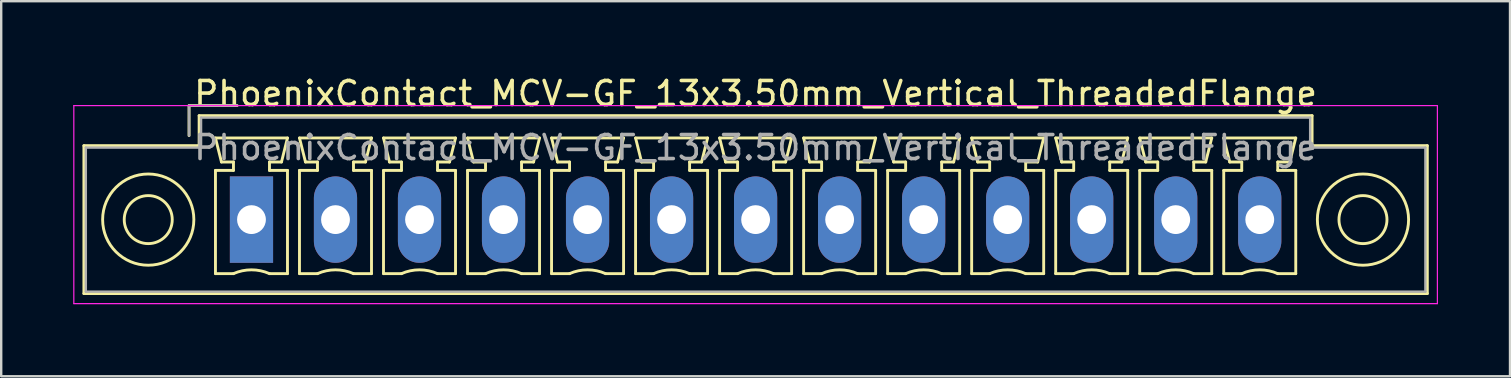
<source format=kicad_pcb>
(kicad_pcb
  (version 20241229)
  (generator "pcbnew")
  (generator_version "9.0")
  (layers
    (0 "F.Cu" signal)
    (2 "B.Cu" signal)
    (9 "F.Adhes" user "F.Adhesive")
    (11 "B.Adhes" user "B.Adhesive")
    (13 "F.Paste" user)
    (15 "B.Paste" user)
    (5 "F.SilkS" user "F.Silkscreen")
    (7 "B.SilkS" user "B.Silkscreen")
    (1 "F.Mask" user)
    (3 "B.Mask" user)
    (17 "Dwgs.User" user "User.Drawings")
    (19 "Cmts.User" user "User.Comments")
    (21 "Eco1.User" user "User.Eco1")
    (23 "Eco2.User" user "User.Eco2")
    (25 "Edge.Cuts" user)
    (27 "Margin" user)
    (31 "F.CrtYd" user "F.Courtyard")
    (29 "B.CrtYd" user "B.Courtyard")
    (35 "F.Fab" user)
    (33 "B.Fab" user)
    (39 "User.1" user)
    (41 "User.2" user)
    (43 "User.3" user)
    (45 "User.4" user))
  (footprint "PhoenixContact_MCV-GF_13x3.50mm_Vertical_ThreadedFlange"
    (layer "F.Cu")
    (at 7.425 6.098)
    (property "Reference" "PhoenixContact_MCV-GF_13x3.50mm_Vertical_ThreadedFlange" (at 21 -5.25 0) (layer "F.SilkS") (effects (font (size 1 1) (thickness 0.15))))
    (attr through_hole)
    (fp_line (start -6.98 -3.08) (end -6.98 3.08) (stroke (width 0.12) (type solid)) (layer "F.SilkS"))
    (fp_line (start -6.98 3.08) (end 48.98 3.08) (stroke (width 0.12) (type solid)) (layer "F.SilkS"))
    (fp_line (start -2.6 -4.75) (end -0.6 -4.75) (stroke (width 0.12) (type solid)) (layer "F.SilkS"))
    (fp_line (start -2.6 -3.5) (end -2.6 -4.75) (stroke (width 0.12) (type solid)) (layer "F.SilkS"))
    (fp_line (start -2.18 -4.33) (end -2.18 -3.08) (stroke (width 0.12) (type solid)) (layer "F.SilkS"))
    (fp_line (start -2.18 -3.08) (end -6.98 -3.08) (stroke (width 0.12) (type solid)) (layer "F.SilkS"))
    (fp_line (start -1.5 -3.4) (end 1.5 -3.4) (stroke (width 0.12) (type solid)) (layer "F.SilkS"))
    (fp_line (start -1.5 -2.05) (end -0.75 -2.05) (stroke (width 0.12) (type solid)) (layer "F.SilkS"))
    (fp_line (start -1.5 2.25) (end -1.5 -2.05) (stroke (width 0.12) (type solid)) (layer "F.SilkS"))
    (fp_line (start -1.25 -2.4) (end -1.5 -3.4) (stroke (width 0.12) (type solid)) (layer "F.SilkS"))
    (fp_line (start -0.75 -2.4) (end -1.25 -2.4) (stroke (width 0.12) (type solid)) (layer "F.SilkS"))
    (fp_line (start -0.75 -2.05) (end -0.75 -2.4) (stroke (width 0.12) (type solid)) (layer "F.SilkS"))
    (fp_line (start -0.75 2.25) (end -1.5 2.25) (stroke (width 0.12) (type solid)) (layer "F.SilkS"))
    (fp_line (start 0.75 -2.4) (end 0.75 -2.05) (stroke (width 0.12) (type solid)) (layer "F.SilkS"))
    (fp_line (start 0.75 -2.05) (end 1.5 -2.05) (stroke (width 0.12) (type solid)) (layer "F.SilkS"))
    (fp_line (start 1.25 -2.4) (end 0.75 -2.4) (stroke (width 0.12) (type solid)) (layer "F.SilkS"))
    (fp_line (start 1.5 -3.4) (end 1.25 -2.4) (stroke (width 0.12) (type solid)) (layer "F.SilkS"))
    (fp_line (start 1.5 -2.05) (end 1.5 2.25) (stroke (width 0.12) (type solid)) (layer "F.SilkS"))
    (fp_line (start 1.5 2.25) (end 0.75 2.25) (stroke (width 0.12) (type solid)) (layer "F.SilkS"))
    (fp_line (start 2 -3.4) (end 5 -3.4) (stroke (width 0.12) (type solid)) (layer "F.SilkS"))
    (fp_line (start 2 -2.05) (end 2.75 -2.05) (stroke (width 0.12) (type solid)) (layer "F.SilkS"))
    (fp_line (start 2 2.25) (end 2 -2.05) (stroke (width 0.12) (type solid)) (layer "F.SilkS"))
    (fp_line (start 2.25 -2.4) (end 2 -3.4) (stroke (width 0.12) (type solid)) (layer "F.SilkS"))
    (fp_line (start 2.75 -2.4) (end 2.25 -2.4) (stroke (width 0.12) (type solid)) (layer "F.SilkS"))
    (fp_line (start 2.75 -2.05) (end 2.75 -2.4) (stroke (width 0.12) (type solid)) (layer "F.SilkS"))
    (fp_line (start 2.75 2.25) (end 2 2.25) (stroke (width 0.12) (type solid)) (layer "F.SilkS"))
    (fp_line (start 4.25 -2.4) (end 4.25 -2.05) (stroke (width 0.12) (type solid)) (layer "F.SilkS"))
    (fp_line (start 4.25 -2.05) (end 5 -2.05) (stroke (width 0.12) (type solid)) (layer "F.SilkS"))
    (fp_line (start 4.75 -2.4) (end 4.25 -2.4) (stroke (width 0.12) (type solid)) (layer "F.SilkS"))
    (fp_line (start 5 -3.4) (end 4.75 -2.4) (stroke (width 0.12) (type solid)) (layer "F.SilkS"))
    (fp_line (start 5 -2.05) (end 5 2.25) (stroke (width 0.12) (type solid)) (layer "F.SilkS"))
    (fp_line (start 5 2.25) (end 4.25 2.25) (stroke (width 0.12) (type solid)) (layer "F.SilkS"))
    (fp_line (start 5.5 -3.4) (end 8.5 -3.4) (stroke (width 0.12) (type solid)) (layer "F.SilkS"))
    (fp_line (start 5.5 -2.05) (end 6.25 -2.05) (stroke (width 0.12) (type solid)) (layer "F.SilkS"))
    (fp_line (start 5.5 2.25) (end 5.5 -2.05) (stroke (width 0.12) (type solid)) (layer "F.SilkS"))
    (fp_line (start 5.75 -2.4) (end 5.5 -3.4) (stroke (width 0.12) (type solid)) (layer "F.SilkS"))
    (fp_line (start 6.25 -2.4) (end 5.75 -2.4) (stroke (width 0.12) (type solid)) (layer "F.SilkS"))
    (fp_line (start 6.25 -2.05) (end 6.25 -2.4) (stroke (width 0.12) (type solid)) (layer "F.SilkS"))
    (fp_line (start 6.25 2.25) (end 5.5 2.25) (stroke (width 0.12) (type solid)) (layer "F.SilkS"))
    (fp_line (start 7.75 -2.4) (end 7.75 -2.05) (stroke (width 0.12) (type solid)) (layer "F.SilkS"))
    (fp_line (start 7.75 -2.05) (end 8.5 -2.05) (stroke (width 0.12) (type solid)) (layer "F.SilkS"))
    (fp_line (start 8.25 -2.4) (end 7.75 -2.4) (stroke (width 0.12) (type solid)) (layer "F.SilkS"))
    (fp_line (start 8.5 -3.4) (end 8.25 -2.4) (stroke (width 0.12) (type solid)) (layer "F.SilkS"))
    (fp_line (start 8.5 -2.05) (end 8.5 2.25) (stroke (width 0.12) (type solid)) (layer "F.SilkS"))
    (fp_line (start 8.5 2.25) (end 7.75 2.25) (stroke (width 0.12) (type solid)) (layer "F.SilkS"))
    (fp_line (start 9 -3.4) (end 12 -3.4) (stroke (width 0.12) (type solid)) (layer "F.SilkS"))
    (fp_line (start 9 -2.05) (end 9.75 -2.05) (stroke (width 0.12) (type solid)) (layer "F.SilkS"))
    (fp_line (start 9 2.25) (end 9 -2.05) (stroke (width 0.12) (type solid)) (layer "F.SilkS"))
    (fp_line (start 9.25 -2.4) (end 9 -3.4) (stroke (width 0.12) (type solid)) (layer "F.SilkS"))
    (fp_line (start 9.75 -2.4) (end 9.25 -2.4) (stroke (width 0.12) (type solid)) (layer "F.SilkS"))
    (fp_line (start 9.75 -2.05) (end 9.75 -2.4) (stroke (width 0.12) (type solid)) (layer "F.SilkS"))
    (fp_line (start 9.75 2.25) (end 9 2.25) (stroke (width 0.12) (type solid)) (layer "F.SilkS"))
    (fp_line (start 11.25 -2.4) (end 11.25 -2.05) (stroke (width 0.12) (type solid)) (layer "F.SilkS"))
    (fp_line (start 11.25 -2.05) (end 12 -2.05) (stroke (width 0.12) (type solid)) (layer "F.SilkS"))
    (fp_line (start 11.75 -2.4) (end 11.25 -2.4) (stroke (width 0.12) (type solid)) (layer "F.SilkS"))
    (fp_line (start 12 -3.4) (end 11.75 -2.4) (stroke (width 0.12) (type solid)) (layer "F.SilkS"))
    (fp_line (start 12 -2.05) (end 12 2.25) (stroke (width 0.12) (type solid)) (layer "F.SilkS"))
    (fp_line (start 12 2.25) (end 11.25 2.25) (stroke (width 0.12) (type solid)) (layer "F.SilkS"))
    (fp_line (start 12.5 -3.4) (end 15.5 -3.4) (stroke (width 0.12) (type solid)) (layer "F.SilkS"))
    (fp_line (start 12.5 -2.05) (end 13.25 -2.05) (stroke (width 0.12) (type solid)) (layer "F.SilkS"))
    (fp_line (start 12.5 2.25) (end 12.5 -2.05) (stroke (width 0.12) (type solid)) (layer "F.SilkS"))
    (fp_line (start 12.75 -2.4) (end 12.5 -3.4) (stroke (width 0.12) (type solid)) (layer "F.SilkS"))
    (fp_line (start 13.25 -2.4) (end 12.75 -2.4) (stroke (width 0.12) (type solid)) (layer "F.SilkS"))
    (fp_line (start 13.25 -2.05) (end 13.25 -2.4) (stroke (width 0.12) (type solid)) (layer "F.SilkS"))
    (fp_line (start 13.25 2.25) (end 12.5 2.25) (stroke (width 0.12) (type solid)) (layer "F.SilkS"))
    (fp_line (start 14.75 -2.4) (end 14.75 -2.05) (stroke (width 0.12) (type solid)) (layer "F.SilkS"))
    (fp_line (start 14.75 -2.05) (end 15.5 -2.05) (stroke (width 0.12) (type solid)) (layer "F.SilkS"))
    (fp_line (start 15.25 -2.4) (end 14.75 -2.4) (stroke (width 0.12) (type solid)) (layer "F.SilkS"))
    (fp_line (start 15.5 -3.4) (end 15.25 -2.4) (stroke (width 0.12) (type solid)) (layer "F.SilkS"))
    (fp_line (start 15.5 -2.05) (end 15.5 2.25) (stroke (width 0.12) (type solid)) (layer "F.SilkS"))
    (fp_line (start 15.5 2.25) (end 14.75 2.25) (stroke (width 0.12) (type solid)) (layer "F.SilkS"))
    (fp_line (start 16 -3.4) (end 19 -3.4) (stroke (width 0.12) (type solid)) (layer "F.SilkS"))
    (fp_line (start 16 -2.05) (end 16.75 -2.05) (stroke (width 0.12) (type solid)) (layer "F.SilkS"))
    (fp_line (start 16 2.25) (end 16 -2.05) (stroke (width 0.12) (type solid)) (layer "F.SilkS"))
    (fp_line (start 16.25 -2.4) (end 16 -3.4) (stroke (width 0.12) (type solid)) (layer "F.SilkS"))
    (fp_line (start 16.75 -2.4) (end 16.25 -2.4) (stroke (width 0.12) (type solid)) (layer "F.SilkS"))
    (fp_line (start 16.75 -2.05) (end 16.75 -2.4) (stroke (width 0.12) (type solid)) (layer "F.SilkS"))
    (fp_line (start 16.75 2.25) (end 16 2.25) (stroke (width 0.12) (type solid)) (layer "F.SilkS"))
    (fp_line (start 18.25 -2.4) (end 18.25 -2.05) (stroke (width 0.12) (type solid)) (layer "F.SilkS"))
    (fp_line (start 18.25 -2.05) (end 19 -2.05) (stroke (width 0.12) (type solid)) (layer "F.SilkS"))
    (fp_line (start 18.75 -2.4) (end 18.25 -2.4) (stroke (width 0.12) (type solid)) (layer "F.SilkS"))
    (fp_line (start 19 -3.4) (end 18.75 -2.4) (stroke (width 0.12) (type solid)) (layer "F.SilkS"))
    (fp_line (start 19 -2.05) (end 19 2.25) (stroke (width 0.12) (type solid)) (layer "F.SilkS"))
    (fp_line (start 19 2.25) (end 18.25 2.25) (stroke (width 0.12) (type solid)) (layer "F.SilkS"))
    (fp_line (start 19.5 -3.4) (end 22.5 -3.4) (stroke (width 0.12) (type solid)) (layer "F.SilkS"))
    (fp_line (start 19.5 -2.05) (end 20.25 -2.05) (stroke (width 0.12) (type solid)) (layer "F.SilkS"))
    (fp_line (start 19.5 2.25) (end 19.5 -2.05) (stroke (width 0.12) (type solid)) (layer "F.SilkS"))
    (fp_line (start 19.75 -2.4) (end 19.5 -3.4) (stroke (width 0.12) (type solid)) (layer "F.SilkS"))
    (fp_line (start 20.25 -2.4) (end 19.75 -2.4) (stroke (width 0.12) (type solid)) (layer "F.SilkS"))
    (fp_line (start 20.25 -2.05) (end 20.25 -2.4) (stroke (width 0.12) (type solid)) (layer "F.SilkS"))
    (fp_line (start 20.25 2.25) (end 19.5 2.25) (stroke (width 0.12) (type solid)) (layer "F.SilkS"))
    (fp_line (start 21.75 -2.4) (end 21.75 -2.05) (stroke (width 0.12) (type solid)) (layer "F.SilkS"))
    (fp_line (start 21.75 -2.05) (end 22.5 -2.05) (stroke (width 0.12) (type solid)) (layer "F.SilkS"))
    (fp_line (start 22.25 -2.4) (end 21.75 -2.4) (stroke (width 0.12) (type solid)) (layer "F.SilkS"))
    (fp_line (start 22.5 -3.4) (end 22.25 -2.4) (stroke (width 0.12) (type solid)) (layer "F.SilkS"))
    (fp_line (start 22.5 -2.05) (end 22.5 2.25) (stroke (width 0.12) (type solid)) (layer "F.SilkS"))
    (fp_line (start 22.5 2.25) (end 21.75 2.25) (stroke (width 0.12) (type solid)) (layer "F.SilkS"))
    (fp_line (start 23 -3.4) (end 26 -3.4) (stroke (width 0.12) (type solid)) (layer "F.SilkS"))
    (fp_line (start 23 -2.05) (end 23.75 -2.05) (stroke (width 0.12) (type solid)) (layer "F.SilkS"))
    (fp_line (start 23 2.25) (end 23 -2.05) (stroke (width 0.12) (type solid)) (layer "F.SilkS"))
    (fp_line (start 23.25 -2.4) (end 23 -3.4) (stroke (width 0.12) (type solid)) (layer "F.SilkS"))
    (fp_line (start 23.75 -2.4) (end 23.25 -2.4) (stroke (width 0.12) (type solid)) (layer "F.SilkS"))
    (fp_line (start 23.75 -2.05) (end 23.75 -2.4) (stroke (width 0.12) (type solid)) (layer "F.SilkS"))
    (fp_line (start 23.75 2.25) (end 23 2.25) (stroke (width 0.12) (type solid)) (layer "F.SilkS"))
    (fp_line (start 25.25 -2.4) (end 25.25 -2.05) (stroke (width 0.12) (type solid)) (layer "F.SilkS"))
    (fp_line (start 25.25 -2.05) (end 26 -2.05) (stroke (width 0.12) (type solid)) (layer "F.SilkS"))
    (fp_line (start 25.75 -2.4) (end 25.25 -2.4) (stroke (width 0.12) (type solid)) (layer "F.SilkS"))
    (fp_line (start 26 -3.4) (end 25.75 -2.4) (stroke (width 0.12) (type solid)) (layer "F.SilkS"))
    (fp_line (start 26 -2.05) (end 26 2.25) (stroke (width 0.12) (type solid)) (layer "F.SilkS"))
    (fp_line (start 26 2.25) (end 25.25 2.25) (stroke (width 0.12) (type solid)) (layer "F.SilkS"))
    (fp_line (start 26.5 -3.4) (end 29.5 -3.4) (stroke (width 0.12) (type solid)) (layer "F.SilkS"))
    (fp_line (start 26.5 -2.05) (end 27.25 -2.05) (stroke (width 0.12) (type solid)) (layer "F.SilkS"))
    (fp_line (start 26.5 2.25) (end 26.5 -2.05) (stroke (width 0.12) (type solid)) (layer "F.SilkS"))
    (fp_line (start 26.75 -2.4) (end 26.5 -3.4) (stroke (width 0.12) (type solid)) (layer "F.SilkS"))
    (fp_line (start 27.25 -2.4) (end 26.75 -2.4) (stroke (width 0.12) (type solid)) (layer "F.SilkS"))
    (fp_line (start 27.25 -2.05) (end 27.25 -2.4) (stroke (width 0.12) (type solid)) (layer "F.SilkS"))
    (fp_line (start 27.25 2.25) (end 26.5 2.25) (stroke (width 0.12) (type solid)) (layer "F.SilkS"))
    (fp_line (start 28.75 -2.4) (end 28.75 -2.05) (stroke (width 0.12) (type solid)) (layer "F.SilkS"))
    (fp_line (start 28.75 -2.05) (end 29.5 -2.05) (stroke (width 0.12) (type solid)) (layer "F.SilkS"))
    (fp_line (start 29.25 -2.4) (end 28.75 -2.4) (stroke (width 0.12) (type solid)) (layer "F.SilkS"))
    (fp_line (start 29.5 -3.4) (end 29.25 -2.4) (stroke (width 0.12) (type solid)) (layer "F.SilkS"))
    (fp_line (start 29.5 -2.05) (end 29.5 2.25) (stroke (width 0.12) (type solid)) (layer "F.SilkS"))
    (fp_line (start 29.5 2.25) (end 28.75 2.25) (stroke (width 0.12) (type solid)) (layer "F.SilkS"))
    (fp_line (start 30 -3.4) (end 33 -3.4) (stroke (width 0.12) (type solid)) (layer "F.SilkS"))
    (fp_line (start 30 -2.05) (end 30.75 -2.05) (stroke (width 0.12) (type solid)) (layer "F.SilkS"))
    (fp_line (start 30 2.25) (end 30 -2.05) (stroke (width 0.12) (type solid)) (layer "F.SilkS"))
    (fp_line (start 30.25 -2.4) (end 30 -3.4) (stroke (width 0.12) (type solid)) (layer "F.SilkS"))
    (fp_line (start 30.75 -2.4) (end 30.25 -2.4) (stroke (width 0.12) (type solid)) (layer "F.SilkS"))
    (fp_line (start 30.75 -2.05) (end 30.75 -2.4) (stroke (width 0.12) (type solid)) (layer "F.SilkS"))
    (fp_line (start 30.75 2.25) (end 30 2.25) (stroke (width 0.12) (type solid)) (layer "F.SilkS"))
    (fp_line (start 32.25 -2.4) (end 32.25 -2.05) (stroke (width 0.12) (type solid)) (layer "F.SilkS"))
    (fp_line (start 32.25 -2.05) (end 33 -2.05) (stroke (width 0.12) (type solid)) (layer "F.SilkS"))
    (fp_line (start 32.75 -2.4) (end 32.25 -2.4) (stroke (width 0.12) (type solid)) (layer "F.SilkS"))
    (fp_line (start 33 -3.4) (end 32.75 -2.4) (stroke (width 0.12) (type solid)) (layer "F.SilkS"))
    (fp_line (start 33 -2.05) (end 33 2.25) (stroke (width 0.12) (type solid)) (layer "F.SilkS"))
    (fp_line (start 33 2.25) (end 32.25 2.25) (stroke (width 0.12) (type solid)) (layer "F.SilkS"))
    (fp_line (start 33.5 -3.4) (end 36.5 -3.4) (stroke (width 0.12) (type solid)) (layer "F.SilkS"))
    (fp_line (start 33.5 -2.05) (end 34.25 -2.05) (stroke (width 0.12) (type solid)) (layer "F.SilkS"))
    (fp_line (start 33.5 2.25) (end 33.5 -2.05) (stroke (width 0.12) (type solid)) (layer "F.SilkS"))
    (fp_line (start 33.75 -2.4) (end 33.5 -3.4) (stroke (width 0.12) (type solid)) (layer "F.SilkS"))
    (fp_line (start 34.25 -2.4) (end 33.75 -2.4) (stroke (width 0.12) (type solid)) (layer "F.SilkS"))
    (fp_line (start 34.25 -2.05) (end 34.25 -2.4) (stroke (width 0.12) (type solid)) (layer "F.SilkS"))
    (fp_line (start 34.25 2.25) (end 33.5 2.25) (stroke (width 0.12) (type solid)) (layer "F.SilkS"))
    (fp_line (start 35.75 -2.4) (end 35.75 -2.05) (stroke (width 0.12) (type solid)) (layer "F.SilkS"))
    (fp_line (start 35.75 -2.05) (end 36.5 -2.05) (stroke (width 0.12) (type solid)) (layer "F.SilkS"))
    (fp_line (start 36.25 -2.4) (end 35.75 -2.4) (stroke (width 0.12) (type solid)) (layer "F.SilkS"))
    (fp_line (start 36.5 -3.4) (end 36.25 -2.4) (stroke (width 0.12) (type solid)) (layer "F.SilkS"))
    (fp_line (start 36.5 -2.05) (end 36.5 2.25) (stroke (width 0.12) (type solid)) (layer "F.SilkS"))
    (fp_line (start 36.5 2.25) (end 35.75 2.25) (stroke (width 0.12) (type solid)) (layer "F.SilkS"))
    (fp_line (start 37 -3.4) (end 40 -3.4) (stroke (width 0.12) (type solid)) (layer "F.SilkS"))
    (fp_line (start 37 -2.05) (end 37.75 -2.05) (stroke (width 0.12) (type solid)) (layer "F.SilkS"))
    (fp_line (start 37 2.25) (end 37 -2.05) (stroke (width 0.12) (type solid)) (layer "F.SilkS"))
    (fp_line (start 37.25 -2.4) (end 37 -3.4) (stroke (width 0.12) (type solid)) (layer "F.SilkS"))
    (fp_line (start 37.75 -2.4) (end 37.25 -2.4) (stroke (width 0.12) (type solid)) (layer "F.SilkS"))
    (fp_line (start 37.75 -2.05) (end 37.75 -2.4) (stroke (width 0.12) (type solid)) (layer "F.SilkS"))
    (fp_line (start 37.75 2.25) (end 37 2.25) (stroke (width 0.12) (type solid)) (layer "F.SilkS"))
    (fp_line (start 39.25 -2.4) (end 39.25 -2.05) (stroke (width 0.12) (type solid)) (layer "F.SilkS"))
    (fp_line (start 39.25 -2.05) (end 40 -2.05) (stroke (width 0.12) (type solid)) (layer "F.SilkS"))
    (fp_line (start 39.75 -2.4) (end 39.25 -2.4) (stroke (width 0.12) (type solid)) (layer "F.SilkS"))
    (fp_line (start 40 -3.4) (end 39.75 -2.4) (stroke (width 0.12) (type solid)) (layer "F.SilkS"))
    (fp_line (start 40 -2.05) (end 40 2.25) (stroke (width 0.12) (type solid)) (layer "F.SilkS"))
    (fp_line (start 40 2.25) (end 39.25 2.25) (stroke (width 0.12) (type solid)) (layer "F.SilkS"))
    (fp_line (start 40.5 -3.4) (end 43.5 -3.4) (stroke (width 0.12) (type solid)) (layer "F.SilkS"))
    (fp_line (start 40.5 -2.05) (end 41.25 -2.05) (stroke (width 0.12) (type solid)) (layer "F.SilkS"))
    (fp_line (start 40.5 2.25) (end 40.5 -2.05) (stroke (width 0.12) (type solid)) (layer "F.SilkS"))
    (fp_line (start 40.75 -2.4) (end 40.5 -3.4) (stroke (width 0.12) (type solid)) (layer "F.SilkS"))
    (fp_line (start 41.25 -2.4) (end 40.75 -2.4) (stroke (width 0.12) (type solid)) (layer "F.SilkS"))
    (fp_line (start 41.25 -2.05) (end 41.25 -2.4) (stroke (width 0.12) (type solid)) (layer "F.SilkS"))
    (fp_line (start 41.25 2.25) (end 40.5 2.25) (stroke (width 0.12) (type solid)) (layer "F.SilkS"))
    (fp_line (start 42.75 -2.4) (end 42.75 -2.05) (stroke (width 0.12) (type solid)) (layer "F.SilkS"))
    (fp_line (start 42.75 -2.05) (end 43.5 -2.05) (stroke (width 0.12) (type solid)) (layer "F.SilkS"))
    (fp_line (start 43.25 -2.4) (end 42.75 -2.4) (stroke (width 0.12) (type solid)) (layer "F.SilkS"))
    (fp_line (start 43.5 -3.4) (end 43.25 -2.4) (stroke (width 0.12) (type solid)) (layer "F.SilkS"))
    (fp_line (start 43.5 -2.05) (end 43.5 2.25) (stroke (width 0.12) (type solid)) (layer "F.SilkS"))
    (fp_line (start 43.5 2.25) (end 42.75 2.25) (stroke (width 0.12) (type solid)) (layer "F.SilkS"))
    (fp_line (start 44.18 -4.33) (end -2.18 -4.33) (stroke (width 0.12) (type solid)) (layer "F.SilkS"))
    (fp_line (start 44.18 -3.08) (end 44.18 -4.33) (stroke (width 0.12) (type solid)) (layer "F.SilkS"))
    (fp_line (start 48.98 -3.08) (end 44.18 -3.08) (stroke (width 0.12) (type solid)) (layer "F.SilkS"))
    (fp_line (start 48.98 3.08) (end 48.98 -3.08) (stroke (width 0.12) (type solid)) (layer "F.SilkS"))
    (fp_arc (start -0.75 2.25) (mid -0.000193 2.09191) (end 0.749647 2.249844) (stroke (width 0.12) (type solid)) (layer "F.SilkS"))
    (fp_arc (start 2.75 2.25) (mid 3.499807 2.09191) (end 4.249647 2.249844) (stroke (width 0.12) (type solid)) (layer "F.SilkS"))
    (fp_arc (start 6.25 2.25) (mid 6.999807 2.09191) (end 7.749647 2.249844) (stroke (width 0.12) (type solid)) (layer "F.SilkS"))
    (fp_arc (start 9.75 2.25) (mid 10.499807 2.09191) (end 11.249647 2.249844) (stroke (width 0.12) (type solid)) (layer "F.SilkS"))
    (fp_arc (start 13.25 2.25) (mid 13.999807 2.09191) (end 14.749647 2.249844) (stroke (width 0.12) (type solid)) (layer "F.SilkS"))
    (fp_arc (start 16.75 2.25) (mid 17.499807 2.09191) (end 18.249647 2.249844) (stroke (width 0.12) (type solid)) (layer "F.SilkS"))
    (fp_arc (start 20.25 2.25) (mid 20.999807 2.09191) (end 21.749647 2.249844) (stroke (width 0.12) (type solid)) (layer "F.SilkS"))
    (fp_arc (start 23.75 2.25) (mid 24.499807 2.09191) (end 25.249647 2.249844) (stroke (width 0.12) (type solid)) (layer "F.SilkS"))
    (fp_arc (start 27.25 2.25) (mid 27.999807 2.09191) (end 28.749647 2.249844) (stroke (width 0.12) (type solid)) (layer "F.SilkS"))
    (fp_arc (start 30.75 2.25) (mid 31.499807 2.09191) (end 32.249647 2.249844) (stroke (width 0.12) (type solid)) (layer "F.SilkS"))
    (fp_arc (start 34.25 2.25) (mid 34.999807 2.09191) (end 35.749647 2.249844) (stroke (width 0.12) (type solid)) (layer "F.SilkS"))
    (fp_arc (start 37.75 2.25) (mid 38.499807 2.09191) (end 39.249647 2.249844) (stroke (width 0.12) (type solid)) (layer "F.SilkS"))
    (fp_arc (start 41.25 2.25) (mid 41.999807 2.09191) (end 42.749647 2.249844) (stroke (width 0.12) (type solid)) (layer "F.SilkS"))
    (fp_circle (center -4.3 0) (end -3.3 0) (stroke (width 0.12) (type solid)) (fill no) (layer "F.SilkS"))
    (fp_circle (center -4.3 0) (end -2.4 0) (stroke (width 0.12) (type solid)) (fill no) (layer "F.SilkS"))
    (fp_circle (center 46.3 0) (end 47.3 0) (stroke (width 0.12) (type solid)) (fill no) (layer "F.SilkS"))
    (fp_circle (center 46.3 0) (end 48.2 0) (stroke (width 0.12) (type solid)) (fill no) (layer "F.SilkS"))
    (fp_line (start -7.4 -4.75) (end -7.4 3.5) (stroke (width 0.05) (type solid)) (layer "F.CrtYd"))
    (fp_line (start -7.4 3.5) (end 49.4 3.5) (stroke (width 0.05) (type solid)) (layer "F.CrtYd"))
    (fp_line (start 49.4 -4.75) (end -7.4 -4.75) (stroke (width 0.05) (type solid)) (layer "F.CrtYd"))
    (fp_line (start 49.4 3.5) (end 49.4 -4.75) (stroke (width 0.05) (type solid)) (layer "F.CrtYd"))
    (fp_line (start -6.9 -3) (end -6.9 3) (stroke (width 0.1) (type solid)) (layer "F.Fab"))
    (fp_line (start -6.9 3) (end 48.9 3) (stroke (width 0.1) (type solid)) (layer "F.Fab"))
    (fp_line (start -2.6 -4.75) (end -0.6 -4.75) (stroke (width 0.1) (type solid)) (layer "F.Fab"))
    (fp_line (start -2.6 -3.5) (end -2.6 -4.75) (stroke (width 0.1) (type solid)) (layer "F.Fab"))
    (fp_line (start -2.1 -4.25) (end -2.1 -3) (stroke (width 0.1) (type solid)) (layer "F.Fab"))
    (fp_line (start -2.1 -3) (end -6.9 -3) (stroke (width 0.1) (type solid)) (layer "F.Fab"))
    (fp_line (start 44.1 -4.25) (end -2.1 -4.25) (stroke (width 0.1) (type solid)) (layer "F.Fab"))
    (fp_line (start 44.1 -3) (end 44.1 -4.25) (stroke (width 0.1) (type solid)) (layer "F.Fab"))
    (fp_line (start 48.9 -3) (end 44.1 -3) (stroke (width 0.1) (type solid)) (layer "F.Fab"))
    (fp_line (start 48.9 3) (end 48.9 -3) (stroke (width 0.1) (type solid)) (layer "F.Fab"))
    (fp_text user "${REFERENCE}" (at 21 -3 0) (layer "F.Fab") (effects (font (size 1 1) (thickness 0.15))))
    (pad "1" thru_hole rect (at 0 0) (size 1.8 3.6) (drill 1.2) (layers "*.Cu" "*.Mask"))
    (pad "2" thru_hole oval (at 3.5 0) (size 1.8 3.6) (drill 1.2) (layers "*.Cu" "*.Mask"))
    (pad "3" thru_hole oval (at 7 0) (size 1.8 3.6) (drill 1.2) (layers "*.Cu" "*.Mask"))
    (pad "4" thru_hole oval (at 10.5 0) (size 1.8 3.6) (drill 1.2) (layers "*.Cu" "*.Mask"))
    (pad "5" thru_hole oval (at 14 0) (size 1.8 3.6) (drill 1.2) (layers "*.Cu" "*.Mask"))
    (pad "6" thru_hole oval (at 17.5 0) (size 1.8 3.6) (drill 1.2) (layers "*.Cu" "*.Mask"))
    (pad "7" thru_hole oval (at 21 0) (size 1.8 3.6) (drill 1.2) (layers "*.Cu" "*.Mask"))
    (pad "8" thru_hole oval (at 24.5 0) (size 1.8 3.6) (drill 1.2) (layers "*.Cu" "*.Mask"))
    (pad "9" thru_hole oval (at 28 0) (size 1.8 3.6) (drill 1.2) (layers "*.Cu" "*.Mask"))
    (pad "10" thru_hole oval (at 31.5 0) (size 1.8 3.6) (drill 1.2) (layers "*.Cu" "*.Mask"))
    (pad "11" thru_hole oval (at 35 0) (size 1.8 3.6) (drill 1.2) (layers "*.Cu" "*.Mask"))
    (pad "12" thru_hole oval (at 38.5 0) (size 1.8 3.6) (drill 1.2) (layers "*.Cu" "*.Mask"))
    (pad "13" thru_hole oval (at 42 0) (size 1.8 3.6) (drill 1.2) (layers "*.Cu" "*.Mask")))
  (gr_rect
    (start -3 -3)
    (end 59.85 12.623)
    (stroke (width 0.1) (type default))
    (fill no)
    (layer "Edge.Cuts")))
</source>
